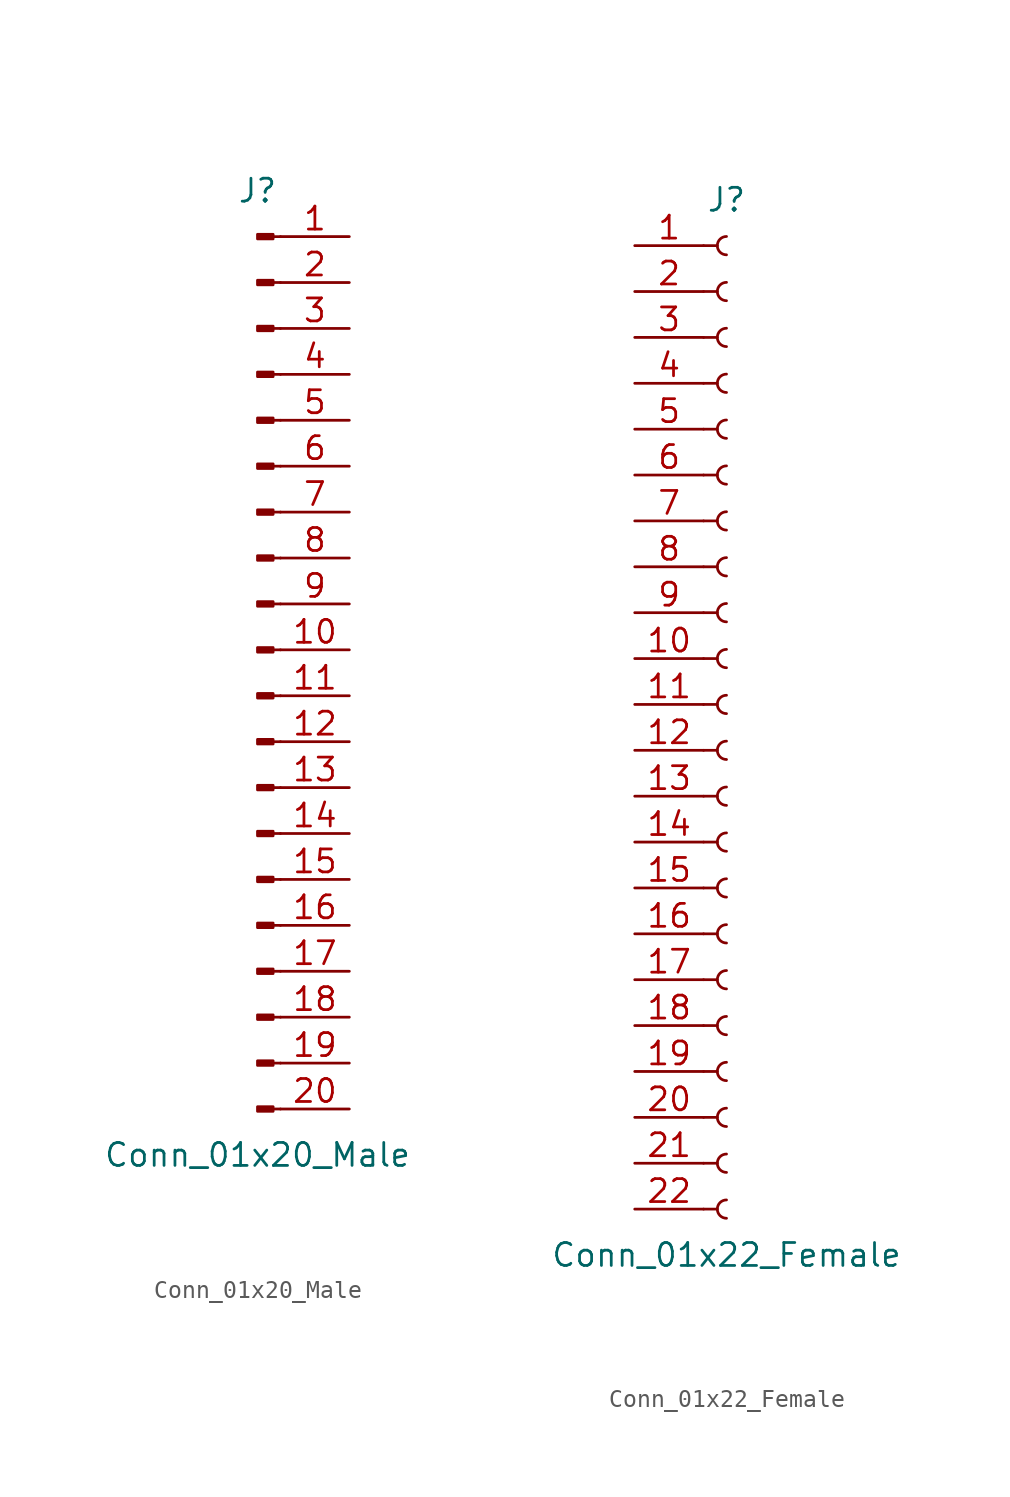
<source format=kicad_sym>
(kicad_symbol_lib
  (version 20201005)
  (generator kicad_symbol_editor)
  (symbol "Conn_01x20_Male"
    (pin_names
      (offset 1.016) hide)
    (property "Reference" "J"
      (at 0 25.4 0)
      (effects (font (size 1.27 1.27))))
    (property "Value" "Conn_01x20_Male"
      (at 0 -27.94 0)
      (effects (font (size 1.27 1.27))))
    (symbol "Conn_01x20_Male_1_1"
      (rectangle (start 0.864 -25.273) (end 0 -25.527) (stroke (width 0.152)) (fill (type outline)))
      (rectangle (start 0.864 -22.733) (end 0 -22.987) (stroke (width 0.152)) (fill (type outline)))
      (rectangle (start 0.864 -20.193) (end 0 -20.447) (stroke (width 0.152)) (fill (type outline)))
      (rectangle (start 0.864 -17.653) (end 0 -17.907) (stroke (width 0.152)) (fill (type outline)))
      (rectangle (start 0.864 -15.113) (end 0 -15.367) (stroke (width 0.152)) (fill (type outline)))
      (rectangle (start 0.864 -12.573) (end 0 -12.827) (stroke (width 0.152)) (fill (type outline)))
      (rectangle (start 0.864 -10.033) (end 0 -10.287) (stroke (width 0.152)) (fill (type outline)))
      (rectangle (start 0.864 -7.493) (end 0 -7.747) (stroke (width 0.152)) (fill (type outline)))
      (rectangle (start 0.864 -4.953) (end 0 -5.207) (stroke (width 0.152)) (fill (type outline)))
      (rectangle (start 0.864 -2.413) (end 0 -2.667) (stroke (width 0.152)) (fill (type outline)))
      (rectangle (start 0.864 0.127) (end 0 -0.127) (stroke (width 0.152)) (fill (type outline)))
      (rectangle (start 0.864 2.667) (end 0 2.413) (stroke (width 0.152)) (fill (type outline)))
      (rectangle (start 0.864 5.207) (end 0 4.953) (stroke (width 0.152)) (fill (type outline)))
      (rectangle (start 0.864 7.747) (end 0 7.493) (stroke (width 0.152)) (fill (type outline)))
      (rectangle (start 0.864 10.287) (end 0 10.033) (stroke (width 0.152)) (fill (type outline)))
      (rectangle (start 0.864 12.827) (end 0 12.573) (stroke (width 0.152)) (fill (type outline)))
      (rectangle (start 0.864 15.367) (end 0 15.113) (stroke (width 0.152)) (fill (type outline)))
      (rectangle (start 0.864 17.907) (end 0 17.653) (stroke (width 0.152)) (fill (type outline)))
      (rectangle (start 0.864 20.447) (end 0 20.193) (stroke (width 0.152)) (fill (type outline)))
      (rectangle (start 0.864 22.987) (end 0 22.733) (stroke (width 0.152)) (fill (type outline)))
      (polyline (pts (xy 1.27 -25.4) (xy 0.864 -25.4)) (stroke (width 0.152)) (fill (type none)))
      (polyline (pts (xy 1.27 -22.86) (xy 0.864 -22.86)) (stroke (width 0.152)) (fill (type none)))
      (polyline (pts (xy 1.27 -20.32) (xy 0.864 -20.32)) (stroke (width 0.152)) (fill (type none)))
      (polyline (pts (xy 1.27 -17.78) (xy 0.864 -17.78)) (stroke (width 0.152)) (fill (type none)))
      (polyline (pts (xy 1.27 -15.24) (xy 0.864 -15.24)) (stroke (width 0.152)) (fill (type none)))
      (polyline (pts (xy 1.27 -12.7) (xy 0.864 -12.7)) (stroke (width 0.152)) (fill (type none)))
      (polyline (pts (xy 1.27 -10.16) (xy 0.864 -10.16)) (stroke (width 0.152)) (fill (type none)))
      (polyline (pts (xy 1.27 -7.62) (xy 0.864 -7.62)) (stroke (width 0.152)) (fill (type none)))
      (polyline (pts (xy 1.27 -5.08) (xy 0.864 -5.08)) (stroke (width 0.152)) (fill (type none)))
      (polyline (pts (xy 1.27 -2.54) (xy 0.864 -2.54)) (stroke (width 0.152)) (fill (type none)))
      (polyline (pts (xy 1.27 0) (xy 0.864 0)) (stroke (width 0.152)) (fill (type none)))
      (polyline (pts (xy 1.27 2.54) (xy 0.864 2.54)) (stroke (width 0.152)) (fill (type none)))
      (polyline (pts (xy 1.27 5.08) (xy 0.864 5.08)) (stroke (width 0.152)) (fill (type none)))
      (polyline (pts (xy 1.27 7.62) (xy 0.864 7.62)) (stroke (width 0.152)) (fill (type none)))
      (polyline (pts (xy 1.27 10.16) (xy 0.864 10.16)) (stroke (width 0.152)) (fill (type none)))
      (polyline (pts (xy 1.27 12.7) (xy 0.864 12.7)) (stroke (width 0.152)) (fill (type none)))
      (polyline (pts (xy 1.27 15.24) (xy 0.864 15.24)) (stroke (width 0.152)) (fill (type none)))
      (polyline (pts (xy 1.27 17.78) (xy 0.864 17.78)) (stroke (width 0.152)) (fill (type none)))
      (polyline (pts (xy 1.27 20.32) (xy 0.864 20.32)) (stroke (width 0.152)) (fill (type none)))
      (polyline (pts (xy 1.27 22.86) (xy 0.864 22.86)) (stroke (width 0.152)) (fill (type none)))
      (pin passive line (at 5.08 22.86 180) (length 3.81) (name "Pin_1" (effects (font (size 1.27 1.27)))) (number "1" (effects (font (size 1.27 1.27)))))
      (pin passive line (at 5.08 0 180) (length 3.81) (name "Pin_10" (effects (font (size 1.27 1.27)))) (number "10" (effects (font (size 1.27 1.27)))))
      (pin passive line (at 5.08 -2.54 180) (length 3.81) (name "Pin_11" (effects (font (size 1.27 1.27)))) (number "11" (effects (font (size 1.27 1.27)))))
      (pin passive line (at 5.08 -5.08 180) (length 3.81) (name "Pin_12" (effects (font (size 1.27 1.27)))) (number "12" (effects (font (size 1.27 1.27)))))
      (pin passive line (at 5.08 -7.62 180) (length 3.81) (name "Pin_13" (effects (font (size 1.27 1.27)))) (number "13" (effects (font (size 1.27 1.27)))))
      (pin passive line (at 5.08 -10.16 180) (length 3.81) (name "Pin_14" (effects (font (size 1.27 1.27)))) (number "14" (effects (font (size 1.27 1.27)))))
      (pin passive line (at 5.08 -12.7 180) (length 3.81) (name "Pin_15" (effects (font (size 1.27 1.27)))) (number "15" (effects (font (size 1.27 1.27)))))
      (pin passive line (at 5.08 -15.24 180) (length 3.81) (name "Pin_16" (effects (font (size 1.27 1.27)))) (number "16" (effects (font (size 1.27 1.27)))))
      (pin passive line (at 5.08 -17.78 180) (length 3.81) (name "Pin_17" (effects (font (size 1.27 1.27)))) (number "17" (effects (font (size 1.27 1.27)))))
      (pin passive line (at 5.08 -20.32 180) (length 3.81) (name "Pin_18" (effects (font (size 1.27 1.27)))) (number "18" (effects (font (size 1.27 1.27)))))
      (pin passive line (at 5.08 -22.86 180) (length 3.81) (name "Pin_19" (effects (font (size 1.27 1.27)))) (number "19" (effects (font (size 1.27 1.27)))))
      (pin passive line (at 5.08 20.32 180) (length 3.81) (name "Pin_2" (effects (font (size 1.27 1.27)))) (number "2" (effects (font (size 1.27 1.27)))))
      (pin passive line (at 5.08 -25.4 180) (length 3.81) (name "Pin_20" (effects (font (size 1.27 1.27)))) (number "20" (effects (font (size 1.27 1.27)))))
      (pin passive line (at 5.08 17.78 180) (length 3.81) (name "Pin_3" (effects (font (size 1.27 1.27)))) (number "3" (effects (font (size 1.27 1.27)))))
      (pin passive line (at 5.08 15.24 180) (length 3.81) (name "Pin_4" (effects (font (size 1.27 1.27)))) (number "4" (effects (font (size 1.27 1.27)))))
      (pin passive line (at 5.08 12.7 180) (length 3.81) (name "Pin_5" (effects (font (size 1.27 1.27)))) (number "5" (effects (font (size 1.27 1.27)))))
      (pin passive line (at 5.08 10.16 180) (length 3.81) (name "Pin_6" (effects (font (size 1.27 1.27)))) (number "6" (effects (font (size 1.27 1.27)))))
      (pin passive line (at 5.08 7.62 180) (length 3.81) (name "Pin_7" (effects (font (size 1.27 1.27)))) (number "7" (effects (font (size 1.27 1.27)))))
      (pin passive line (at 5.08 5.08 180) (length 3.81) (name "Pin_8" (effects (font (size 1.27 1.27)))) (number "8" (effects (font (size 1.27 1.27)))))
      (pin passive line (at 5.08 2.54 180) (length 3.81) (name "Pin_9" (effects (font (size 1.27 1.27)))) (number "9" (effects (font (size 1.27 1.27)))))))
  (symbol "Conn_01x22_Female"
    (pin_names
      (offset 1.016) hide)
    (property "Reference" "J"
      (at 0 27.94 0)
      (effects (font (size 1.27 1.27))))
    (property "Value" "Conn_01x22_Female"
      (at 0 -30.48 0)
      (effects (font (size 1.27 1.27))))
    (symbol "Conn_01x22_Female_1_1"
      (arc (start 0 -27.432) (end 0 -28.448) (radius (at 0 -27.94) (length 0.508) (angles 90.1 -90.1)) (stroke (width 0.1524)) (fill (type none)))
      (arc (start 0 -24.892) (end 0 -25.908) (radius (at 0 -25.4) (length 0.508) (angles 90.1 -90.1)) (stroke (width 0.1524)) (fill (type none)))
      (arc (start 0 -22.352) (end 0 -23.368) (radius (at 0 -22.86) (length 0.508) (angles 90.1 -90.1)) (stroke (width 0.1524)) (fill (type none)))
      (arc (start 0 -19.812) (end 0 -20.828) (radius (at 0 -20.32) (length 0.508) (angles 90.1 -90.1)) (stroke (width 0.1524)) (fill (type none)))
      (arc (start 0 -17.272) (end 0 -18.288) (radius (at 0 -17.78) (length 0.508) (angles 90.1 -90.1)) (stroke (width 0.1524)) (fill (type none)))
      (arc (start 0 -14.732) (end 0 -15.748) (radius (at 0 -15.24) (length 0.508) (angles 90.1 -90.1)) (stroke (width 0.1524)) (fill (type none)))
      (arc (start 0 -12.192) (end 0 -13.208) (radius (at 0 -12.7) (length 0.508) (angles 90.1 -90.1)) (stroke (width 0.1524)) (fill (type none)))
      (arc (start 0 -9.652) (end 0 -10.668) (radius (at 0 -10.16) (length 0.508) (angles 90.1 -90.1)) (stroke (width 0.1524)) (fill (type none)))
      (arc (start 0 -7.112) (end 0 -8.128) (radius (at 0 -7.62) (length 0.508) (angles 90.1 -90.1)) (stroke (width 0.1524)) (fill (type none)))
      (arc (start 0 -4.572) (end 0 -5.588) (radius (at 0 -5.08) (length 0.508) (angles 90.1 -90.1)) (stroke (width 0.1524)) (fill (type none)))
      (arc (start 0 -2.032) (end 0 -3.048) (radius (at 0 -2.54) (length 0.508) (angles 90.1 -90.1)) (stroke (width 0.1524)) (fill (type none)))
      (arc (start 0 0.508) (end 0 -0.508) (radius (at 0 0) (length 0.508) (angles 90.1 -90.1)) (stroke (width 0.1524)) (fill (type none)))
      (arc (start 0 3.048) (end 0 2.032) (radius (at 0 2.54) (length 0.508) (angles 90.1 -90.1)) (stroke (width 0.1524)) (fill (type none)))
      (arc (start 0 5.588) (end 0 4.572) (radius (at 0 5.08) (length 0.508) (angles 90.1 -90.1)) (stroke (width 0.1524)) (fill (type none)))
      (arc (start 0 8.128) (end 0 7.112) (radius (at 0 7.62) (length 0.508) (angles 90.1 -90.1)) (stroke (width 0.1524)) (fill (type none)))
      (arc (start 0 10.668) (end 0 9.652) (radius (at 0 10.16) (length 0.508) (angles 90.1 -90.1)) (stroke (width 0.1524)) (fill (type none)))
      (arc (start 0 13.208) (end 0 12.192) (radius (at 0 12.7) (length 0.508) (angles 90.1 -90.1)) (stroke (width 0.1524)) (fill (type none)))
      (arc (start 0 15.748) (end 0 14.732) (radius (at 0 15.24) (length 0.508) (angles 90.1 -90.1)) (stroke (width 0.1524)) (fill (type none)))
      (arc (start 0 18.288) (end 0 17.272) (radius (at 0 17.78) (length 0.508) (angles 90.1 -90.1)) (stroke (width 0.1524)) (fill (type none)))
      (arc (start 0 20.828) (end 0 19.812) (radius (at 0 20.32) (length 0.508) (angles 90.1 -90.1)) (stroke (width 0.1524)) (fill (type none)))
      (arc (start 0 23.368) (end 0 22.352) (radius (at 0 22.86) (length 0.508) (angles 90.1 -90.1)) (stroke (width 0.1524)) (fill (type none)))
      (arc (start 0 25.908) (end 0 24.892) (radius (at 0 25.4) (length 0.508) (angles 90.1 -90.1)) (stroke (width 0.1524)) (fill (type none)))
      (polyline (pts (xy -1.27 -27.94) (xy -0.508 -27.94)) (stroke (width 0.152)) (fill (type none)))
      (polyline (pts (xy -1.27 -25.4) (xy -0.508 -25.4)) (stroke (width 0.152)) (fill (type none)))
      (polyline (pts (xy -1.27 -22.86) (xy -0.508 -22.86)) (stroke (width 0.152)) (fill (type none)))
      (polyline (pts (xy -1.27 -20.32) (xy -0.508 -20.32)) (stroke (width 0.152)) (fill (type none)))
      (polyline (pts (xy -1.27 -17.78) (xy -0.508 -17.78)) (stroke (width 0.152)) (fill (type none)))
      (polyline (pts (xy -1.27 -15.24) (xy -0.508 -15.24)) (stroke (width 0.152)) (fill (type none)))
      (polyline (pts (xy -1.27 -12.7) (xy -0.508 -12.7)) (stroke (width 0.152)) (fill (type none)))
      (polyline (pts (xy -1.27 -10.16) (xy -0.508 -10.16)) (stroke (width 0.152)) (fill (type none)))
      (polyline (pts (xy -1.27 -7.62) (xy -0.508 -7.62)) (stroke (width 0.152)) (fill (type none)))
      (polyline (pts (xy -1.27 -5.08) (xy -0.508 -5.08)) (stroke (width 0.152)) (fill (type none)))
      (polyline (pts (xy -1.27 -2.54) (xy -0.508 -2.54)) (stroke (width 0.152)) (fill (type none)))
      (polyline (pts (xy -1.27 0) (xy -0.508 0)) (stroke (width 0.152)) (fill (type none)))
      (polyline (pts (xy -1.27 2.54) (xy -0.508 2.54)) (stroke (width 0.152)) (fill (type none)))
      (polyline (pts (xy -1.27 5.08) (xy -0.508 5.08)) (stroke (width 0.152)) (fill (type none)))
      (polyline (pts (xy -1.27 7.62) (xy -0.508 7.62)) (stroke (width 0.152)) (fill (type none)))
      (polyline (pts (xy -1.27 10.16) (xy -0.508 10.16)) (stroke (width 0.152)) (fill (type none)))
      (polyline (pts (xy -1.27 12.7) (xy -0.508 12.7)) (stroke (width 0.152)) (fill (type none)))
      (polyline (pts (xy -1.27 15.24) (xy -0.508 15.24)) (stroke (width 0.152)) (fill (type none)))
      (polyline (pts (xy -1.27 17.78) (xy -0.508 17.78)) (stroke (width 0.152)) (fill (type none)))
      (polyline (pts (xy -1.27 20.32) (xy -0.508 20.32)) (stroke (width 0.152)) (fill (type none)))
      (polyline (pts (xy -1.27 22.86) (xy -0.508 22.86)) (stroke (width 0.152)) (fill (type none)))
      (polyline (pts (xy -1.27 25.4) (xy -0.508 25.4)) (stroke (width 0.152)) (fill (type none)))
      (pin passive line (at -5.08 25.4 0) (length 3.81) (name "Pin_1" (effects (font (size 1.27 1.27)))) (number "1" (effects (font (size 1.27 1.27)))))
      (pin passive line (at -5.08 2.54 0) (length 3.81) (name "Pin_10" (effects (font (size 1.27 1.27)))) (number "10" (effects (font (size 1.27 1.27)))))
      (pin passive line (at -5.08 0 0) (length 3.81) (name "Pin_11" (effects (font (size 1.27 1.27)))) (number "11" (effects (font (size 1.27 1.27)))))
      (pin passive line (at -5.08 -2.54 0) (length 3.81) (name "Pin_12" (effects (font (size 1.27 1.27)))) (number "12" (effects (font (size 1.27 1.27)))))
      (pin passive line (at -5.08 -5.08 0) (length 3.81) (name "Pin_13" (effects (font (size 1.27 1.27)))) (number "13" (effects (font (size 1.27 1.27)))))
      (pin passive line (at -5.08 -7.62 0) (length 3.81) (name "Pin_14" (effects (font (size 1.27 1.27)))) (number "14" (effects (font (size 1.27 1.27)))))
      (pin passive line (at -5.08 -10.16 0) (length 3.81) (name "Pin_15" (effects (font (size 1.27 1.27)))) (number "15" (effects (font (size 1.27 1.27)))))
      (pin passive line (at -5.08 -12.7 0) (length 3.81) (name "Pin_16" (effects (font (size 1.27 1.27)))) (number "16" (effects (font (size 1.27 1.27)))))
      (pin passive line (at -5.08 -15.24 0) (length 3.81) (name "Pin_17" (effects (font (size 1.27 1.27)))) (number "17" (effects (font (size 1.27 1.27)))))
      (pin passive line (at -5.08 -17.78 0) (length 3.81) (name "Pin_18" (effects (font (size 1.27 1.27)))) (number "18" (effects (font (size 1.27 1.27)))))
      (pin passive line (at -5.08 -20.32 0) (length 3.81) (name "Pin_19" (effects (font (size 1.27 1.27)))) (number "19" (effects (font (size 1.27 1.27)))))
      (pin passive line (at -5.08 22.86 0) (length 3.81) (name "Pin_2" (effects (font (size 1.27 1.27)))) (number "2" (effects (font (size 1.27 1.27)))))
      (pin passive line (at -5.08 -22.86 0) (length 3.81) (name "Pin_20" (effects (font (size 1.27 1.27)))) (number "20" (effects (font (size 1.27 1.27)))))
      (pin passive line (at -5.08 -25.4 0) (length 3.81) (name "Pin_21" (effects (font (size 1.27 1.27)))) (number "21" (effects (font (size 1.27 1.27)))))
      (pin passive line (at -5.08 -27.94 0) (length 3.81) (name "Pin_22" (effects (font (size 1.27 1.27)))) (number "22" (effects (font (size 1.27 1.27)))))
      (pin passive line (at -5.08 20.32 0) (length 3.81) (name "Pin_3" (effects (font (size 1.27 1.27)))) (number "3" (effects (font (size 1.27 1.27)))))
      (pin passive line (at -5.08 17.78 0) (length 3.81) (name "Pin_4" (effects (font (size 1.27 1.27)))) (number "4" (effects (font (size 1.27 1.27)))))
      (pin passive line (at -5.08 15.24 0) (length 3.81) (name "Pin_5" (effects (font (size 1.27 1.27)))) (number "5" (effects (font (size 1.27 1.27)))))
      (pin passive line (at -5.08 12.7 0) (length 3.81) (name "Pin_6" (effects (font (size 1.27 1.27)))) (number "6" (effects (font (size 1.27 1.27)))))
      (pin passive line (at -5.08 10.16 0) (length 3.81) (name "Pin_7" (effects (font (size 1.27 1.27)))) (number "7" (effects (font (size 1.27 1.27)))))
      (pin passive line (at -5.08 7.62 0) (length 3.81) (name "Pin_8" (effects (font (size 1.27 1.27)))) (number "8" (effects (font (size 1.27 1.27)))))
      (pin passive line (at -5.08 5.08 0) (length 3.81) (name "Pin_9" (effects (font (size 1.27 1.27)))) (number "9" (effects (font (size 1.27 1.27))))))))
</source>
